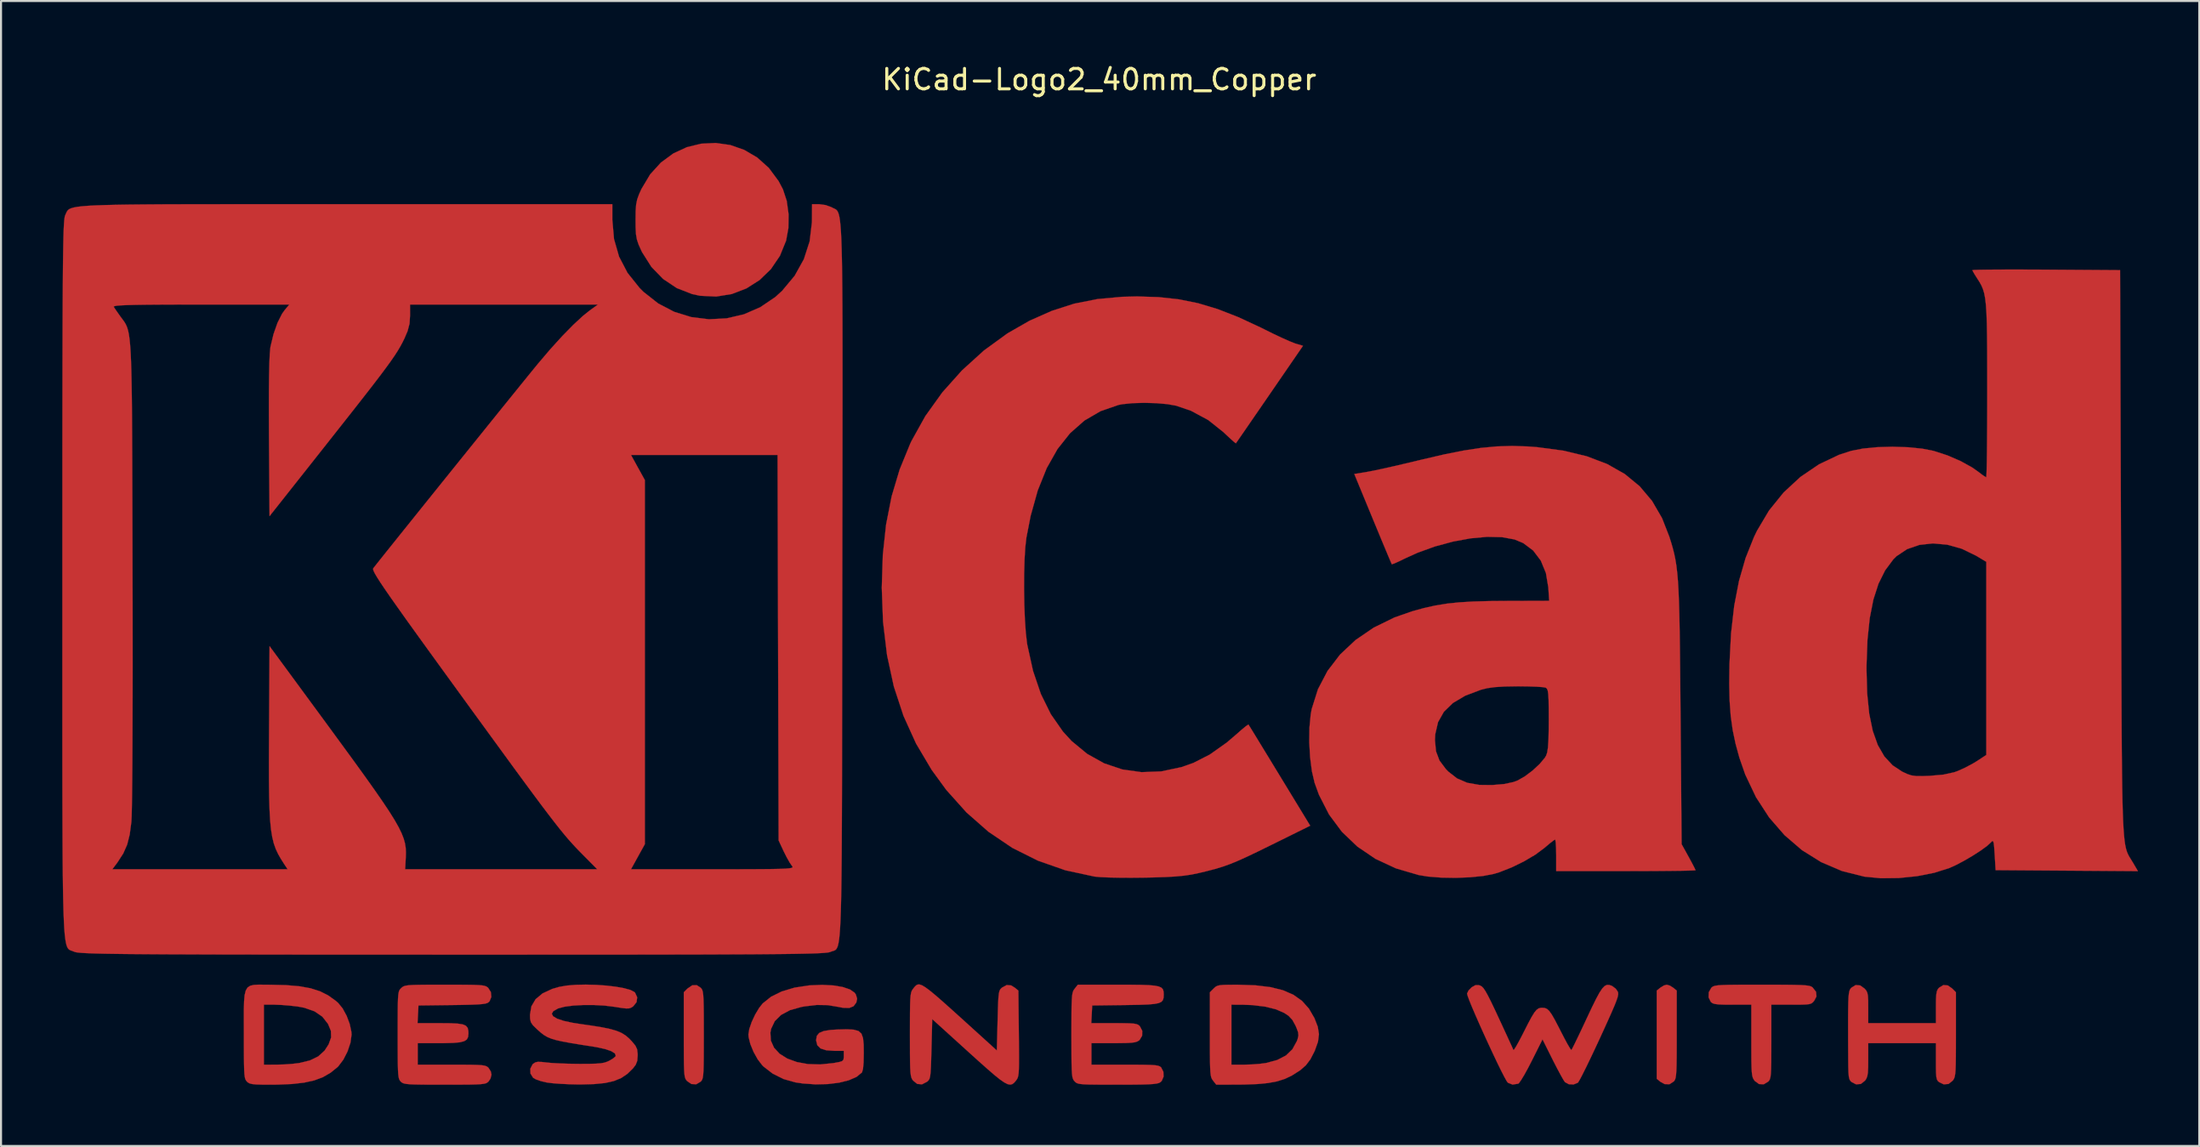
<source format=kicad_pcb>
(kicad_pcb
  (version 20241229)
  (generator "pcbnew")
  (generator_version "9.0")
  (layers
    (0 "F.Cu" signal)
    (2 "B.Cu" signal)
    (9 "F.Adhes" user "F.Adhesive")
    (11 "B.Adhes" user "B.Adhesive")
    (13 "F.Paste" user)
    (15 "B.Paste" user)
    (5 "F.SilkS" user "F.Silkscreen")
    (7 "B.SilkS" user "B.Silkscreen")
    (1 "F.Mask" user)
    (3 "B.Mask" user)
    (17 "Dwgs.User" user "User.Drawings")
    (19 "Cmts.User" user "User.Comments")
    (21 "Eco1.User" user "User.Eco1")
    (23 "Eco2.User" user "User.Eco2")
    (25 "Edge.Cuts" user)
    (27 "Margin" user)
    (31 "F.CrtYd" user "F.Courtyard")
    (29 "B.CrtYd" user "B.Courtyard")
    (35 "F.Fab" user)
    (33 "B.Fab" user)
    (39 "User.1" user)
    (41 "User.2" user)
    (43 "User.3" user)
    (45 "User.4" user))
  (footprint "KiCad-Logo2_40mm_Copper"
    (layer "F.Cu")
    (at 50.806 23.708)
    (property "Reference" "KiCad-Logo2_40mm_Copper" (at 0 -22.86 0) (layer "F.SilkS") (effects (font (size 1 1) (thickness 0.15))))
    (attr exclude_from_pos_files exclude_from_bom allow_missing_courtyard)
    (fp_poly (pts (xy 27.966 21.545) (xy 28.124 21.644) (xy 28.302 21.788) (xy 28.302 23.935) (xy 28.301 24.563) (xy 28.299 25.057) (xy 28.293 25.436) (xy 28.284 25.717) (xy 28.269 25.917) (xy 28.249 26.054) (xy 28.221 26.146) (xy 28.184 26.209) (xy 28.158 26.24) (xy 27.948 26.377) (xy 27.709 26.371) (xy 27.5 26.255) (xy 27.322 26.11) (xy 27.322 21.788) (xy 27.5 21.644) (xy 27.672 21.539) (xy 27.812 21.5) (xy 27.966 21.545)) (stroke (width 0.01) (type solid)) (fill yes) (layer "F.Cu"))
    (fp_poly (pts (xy -19.521 21.65) (xy -19.477 21.701) (xy -19.443 21.766) (xy -19.417 21.863) (xy -19.398 22.01) (xy -19.385 22.225) (xy -19.377 22.523) (xy -19.372 22.924) (xy -19.371 23.444) (xy -19.37 23.949) (xy -19.371 24.576) (xy -19.373 25.069) (xy -19.378 25.447) (xy -19.387 25.726) (xy -19.401 25.924) (xy -19.421 26.059) (xy -19.449 26.148) (xy -19.486 26.209) (xy -19.521 26.248) (xy -19.741 26.379) (xy -19.976 26.368) (xy -20.186 26.224) (xy -20.235 26.168) (xy -20.272 26.103) (xy -20.301 26.012) (xy -20.321 25.875) (xy -20.335 25.675) (xy -20.344 25.395) (xy -20.348 25.016) (xy -20.35 24.521) (xy -20.35 23.96) (xy -20.35 21.87) (xy -20.165 21.685) (xy -19.937 21.529) (xy -19.716 21.523) (xy -19.521 21.65)) (stroke (width 0.01) (type solid)) (fill yes) (layer "F.Cu"))
    (fp_poly (pts (xy -18.076 -19.651) (xy -17.392 -19.413) (xy -16.756 -19.04) (xy -16.187 -18.531) (xy -15.708 -17.886) (xy -15.493 -17.48) (xy -15.306 -16.911) (xy -15.216 -16.254) (xy -15.226 -15.579) (xy -15.337 -14.968) (xy -15.641 -14.22) (xy -16.081 -13.572) (xy -16.635 -13.035) (xy -17.282 -12.624) (xy -17.998 -12.349) (xy -18.761 -12.225) (xy -19.549 -12.263) (xy -19.938 -12.345) (xy -20.695 -12.64) (xy -21.367 -13.089) (xy -21.938 -13.679) (xy -22.393 -14.397) (xy -22.431 -14.475) (xy -22.564 -14.769) (xy -22.647 -15.017) (xy -22.693 -15.278) (xy -22.711 -15.613) (xy -22.714 -15.977) (xy -22.709 -16.415) (xy -22.686 -16.732) (xy -22.634 -16.987) (xy -22.541 -17.243) (xy -22.426 -17.496) (xy -21.998 -18.213) (xy -21.47 -18.793) (xy -20.864 -19.237) (xy -20.201 -19.545) (xy -19.501 -19.716) (xy -18.786 -19.751) (xy -18.076 -19.651)) (stroke (width 0.01) (type solid)) (fill yes) (layer "F.Cu"))
    (fp_poly (pts (xy 33.136 21.5) (xy 33.662 21.503) (xy 34.07 21.508) (xy 34.376 21.517) (xy 34.599 21.53) (xy 34.753 21.549) (xy 34.856 21.574) (xy 34.924 21.607) (xy 34.957 21.631) (xy 35.128 21.849) (xy 35.149 22.074) (xy 35.043 22.279) (xy 34.974 22.361) (xy 34.9 22.417) (xy 34.792 22.452) (xy 34.622 22.47) (xy 34.363 22.478) (xy 33.986 22.479) (xy 33.911 22.479) (xy 32.937 22.479) (xy 32.937 24.288) (xy 32.936 24.858) (xy 32.934 25.297) (xy 32.927 25.624) (xy 32.915 25.857) (xy 32.896 26.017) (xy 32.869 26.123) (xy 32.833 26.194) (xy 32.786 26.248) (xy 32.566 26.38) (xy 32.337 26.37) (xy 32.129 26.219) (xy 32.113 26.2) (xy 32.064 26.129) (xy 32.026 26.046) (xy 31.998 25.931) (xy 31.979 25.764) (xy 31.967 25.524) (xy 31.96 25.192) (xy 31.958 24.747) (xy 31.957 24.24) (xy 31.957 22.479) (xy 31.027 22.479) (xy 30.628 22.477) (xy 30.351 22.466) (xy 30.17 22.444) (xy 30.056 22.407) (xy 29.981 22.351) (xy 29.972 22.342) (xy 29.862 22.12) (xy 29.872 21.869) (xy 29.998 21.65) (xy 30.046 21.608) (xy 30.109 21.574) (xy 30.202 21.548) (xy 30.343 21.529) (xy 30.548 21.516) (xy 30.834 21.507) (xy 31.217 21.502) (xy 31.714 21.5) (xy 32.343 21.5) (xy 32.477 21.5) (xy 33.136 21.5)) (stroke (width 0.01) (type solid)) (fill yes) (layer "F.Cu"))
    (fp_poly (pts (xy 41.587 21.536) (xy 41.797 21.685) (xy 41.982 21.87) (xy 41.982 23.936) (xy 41.981 24.549) (xy 41.979 25.03) (xy 41.973 25.397) (xy 41.964 25.668) (xy 41.948 25.861) (xy 41.926 25.995) (xy 41.896 26.088) (xy 41.856 26.158) (xy 41.825 26.2) (xy 41.62 26.364) (xy 41.385 26.382) (xy 41.169 26.281) (xy 41.098 26.222) (xy 41.051 26.143) (xy 41.022 26.016) (xy 41.007 25.812) (xy 41.002 25.503) (xy 41.002 25.264) (xy 41.002 24.364) (xy 37.685 24.364) (xy 37.685 25.183) (xy 37.682 25.557) (xy 37.668 25.814) (xy 37.639 25.988) (xy 37.589 26.112) (xy 37.529 26.2) (xy 37.323 26.364) (xy 37.09 26.383) (xy 36.866 26.267) (xy 36.805 26.206) (xy 36.762 26.125) (xy 36.734 25.999) (xy 36.717 25.803) (xy 36.708 25.511) (xy 36.704 25.099) (xy 36.704 25.004) (xy 36.7 24.227) (xy 36.699 23.587) (xy 36.699 23.069) (xy 36.703 22.66) (xy 36.709 22.345) (xy 36.72 22.11) (xy 36.736 21.942) (xy 36.758 21.825) (xy 36.785 21.746) (xy 36.819 21.692) (xy 36.856 21.65) (xy 37.069 21.518) (xy 37.291 21.536) (xy 37.5 21.685) (xy 37.585 21.78) (xy 37.639 21.886) (xy 37.669 22.037) (xy 37.683 22.267) (xy 37.685 22.613) (xy 37.685 22.627) (xy 37.685 23.384) (xy 41.002 23.384) (xy 41.002 22.592) (xy 41.005 22.228) (xy 41.019 21.982) (xy 41.048 21.822) (xy 41.097 21.716) (xy 41.153 21.65) (xy 41.365 21.518) (xy 41.587 21.536)) (stroke (width 0.01) (type solid)) (fill yes) (layer "F.Cu"))
    (fp_poly (pts (xy 6.799 21.501) (xy 7.66 21.53) (xy 8.392 21.618) (xy 9.008 21.771) (xy 9.519 21.994) (xy 9.938 22.291) (xy 10.277 22.669) (xy 10.547 23.133) (xy 10.552 23.144) (xy 10.713 23.559) (xy 10.771 23.926) (xy 10.724 24.296) (xy 10.573 24.718) (xy 10.545 24.782) (xy 10.35 25.158) (xy 10.131 25.448) (xy 9.848 25.695) (xy 9.462 25.94) (xy 9.44 25.953) (xy 9.104 26.114) (xy 8.724 26.235) (xy 8.276 26.319) (xy 7.735 26.37) (xy 7.078 26.393) (xy 6.845 26.395) (xy 5.739 26.399) (xy 5.583 26.2) (xy 5.537 26.135) (xy 5.5 26.059) (xy 5.473 25.953) (xy 5.454 25.8) (xy 5.441 25.581) (xy 5.436 25.419) (xy 6.482 25.419) (xy 7.109 25.419) (xy 7.476 25.408) (xy 7.852 25.38) (xy 8.161 25.34) (xy 8.18 25.337) (xy 8.729 25.189) (xy 9.154 24.968) (xy 9.47 24.663) (xy 9.69 24.263) (xy 9.728 24.157) (xy 9.766 23.992) (xy 9.75 23.829) (xy 9.671 23.612) (xy 9.623 23.505) (xy 9.467 23.222) (xy 9.28 23.023) (xy 9.073 22.885) (xy 8.659 22.704) (xy 8.13 22.574) (xy 7.513 22.499) (xy 7.066 22.482) (xy 6.482 22.479) (xy 6.482 25.419) (xy 5.436 25.419) (xy 5.433 25.278) (xy 5.428 24.873) (xy 5.427 24.347) (xy 5.427 23.936) (xy 5.427 21.87) (xy 5.612 21.685) (xy 5.694 21.61) (xy 5.783 21.558) (xy 5.907 21.526) (xy 6.094 21.509) (xy 6.374 21.502) (xy 6.775 21.501) (xy 6.799 21.501)) (stroke (width 0.01) (type solid)) (fill yes) (layer "F.Cu"))
    (fp_poly (pts (xy -40.87 21.5) (xy -40.606 21.502) (xy -39.834 21.521) (xy -39.187 21.576) (xy -38.643 21.674) (xy -38.181 21.821) (xy -37.779 22.022) (xy -37.413 22.284) (xy -37.283 22.397) (xy -37.067 22.663) (xy -36.871 23.024) (xy -36.721 23.424) (xy -36.639 23.807) (xy -36.63 23.949) (xy -36.684 24.342) (xy -36.827 24.771) (xy -37.035 25.177) (xy -37.281 25.501) (xy -37.321 25.54) (xy -37.66 25.814) (xy -38.031 26.029) (xy -38.455 26.188) (xy -38.954 26.299) (xy -39.55 26.367) (xy -40.264 26.396) (xy -40.59 26.399) (xy -41.006 26.397) (xy -41.298 26.388) (xy -41.494 26.37) (xy -41.622 26.338) (xy -41.709 26.29) (xy -41.755 26.248) (xy -41.799 26.197) (xy -41.834 26.132) (xy -41.86 26.035) (xy -41.879 25.888) (xy -41.892 25.674) (xy -41.9 25.375) (xy -41.904 24.974) (xy -41.906 24.454) (xy -41.906 23.949) (xy -41.908 23.275) (xy -41.908 22.737) (xy -41.901 22.479) (xy -40.926 22.479) (xy -40.926 25.419) (xy -40.305 25.418) (xy -39.93 25.408) (xy -39.539 25.38) (xy -39.212 25.341) (xy -39.202 25.34) (xy -38.673 25.212) (xy -38.263 25.013) (xy -37.952 24.73) (xy -37.753 24.423) (xy -37.631 24.083) (xy -37.641 23.764) (xy -37.783 23.422) (xy -38.06 23.067) (xy -38.444 22.805) (xy -38.943 22.63) (xy -39.276 22.568) (xy -39.655 22.524) (xy -40.056 22.492) (xy -40.397 22.479) (xy -40.418 22.479) (xy -40.926 22.479) (xy -41.901 22.479) (xy -41.897 22.319) (xy -41.869 22.007) (xy -41.814 21.785) (xy -41.726 21.638) (xy -41.595 21.551) (xy -41.414 21.509) (xy -41.175 21.497) (xy -40.87 21.5)) (stroke (width 0.01) (type solid)) (fill yes) (layer "F.Cu"))
    (fp_poly (pts (xy -8.68 21.529) (xy -8.523 21.621) (xy -8.317 21.772) (xy -8.052 21.989) (xy -7.718 22.278) (xy -7.303 22.648) (xy -6.797 23.104) (xy -6.218 23.629) (xy -5.012 24.723) (xy -4.974 23.255) (xy -4.961 22.75) (xy -4.948 22.374) (xy -4.932 22.105) (xy -4.911 21.921) (xy -4.882 21.802) (xy -4.842 21.724) (xy -4.788 21.667) (xy -4.759 21.643) (xy -4.528 21.517) (xy -4.309 21.535) (xy -4.135 21.644) (xy -3.957 21.788) (xy -3.935 23.89) (xy -3.929 24.509) (xy -3.926 24.995) (xy -3.927 25.366) (xy -3.933 25.641) (xy -3.945 25.838) (xy -3.965 25.974) (xy -3.993 26.069) (xy -4.031 26.139) (xy -4.072 26.196) (xy -4.162 26.301) (xy -4.252 26.371) (xy -4.354 26.397) (xy -4.48 26.374) (xy -4.643 26.292) (xy -4.856 26.145) (xy -5.13 25.925) (xy -5.478 25.625) (xy -5.914 25.237) (xy -6.407 24.791) (xy -8.178 23.185) (xy -8.215 24.648) (xy -8.229 25.152) (xy -8.242 25.527) (xy -8.258 25.796) (xy -8.279 25.978) (xy -8.308 26.097) (xy -8.349 26.175) (xy -8.403 26.232) (xy -8.431 26.255) (xy -8.678 26.382) (xy -8.911 26.363) (xy -9.114 26.2) (xy -9.161 26.135) (xy -9.197 26.058) (xy -9.224 25.952) (xy -9.244 25.799) (xy -9.257 25.579) (xy -9.265 25.275) (xy -9.269 24.868) (xy -9.27 24.34) (xy -9.271 23.949) (xy -9.27 23.338) (xy -9.268 22.859) (xy -9.262 22.494) (xy -9.253 22.225) (xy -9.237 22.033) (xy -9.215 21.9) (xy -9.184 21.808) (xy -9.144 21.738) (xy -9.114 21.698) (xy -9.039 21.604) (xy -8.969 21.533) (xy -8.892 21.492) (xy -8.8 21.488) (xy -8.68 21.529)) (stroke (width 0.01) (type solid)) (fill yes) (layer "F.Cu"))
    (fp_poly (pts (xy -13.02 21.536) (xy -12.562 21.613) (xy -12.211 21.733) (xy -11.982 21.89) (xy -11.92 21.979) (xy -11.857 22.188) (xy -11.899 22.376) (xy -12.034 22.555) (xy -12.243 22.639) (xy -12.546 22.632) (xy -12.781 22.587) (xy -13.302 22.5) (xy -13.835 22.492) (xy -14.432 22.562) (xy -14.596 22.592) (xy -15.151 22.748) (xy -15.585 22.981) (xy -15.893 23.286) (xy -16.071 23.659) (xy -16.108 23.852) (xy -16.084 24.243) (xy -15.928 24.59) (xy -15.655 24.884) (xy -15.279 25.12) (xy -14.814 25.29) (xy -14.273 25.389) (xy -13.673 25.408) (xy -13.025 25.342) (xy -12.989 25.336) (xy -12.731 25.288) (xy -12.589 25.241) (xy -12.527 25.173) (xy -12.512 25.058) (xy -12.512 24.997) (xy -12.512 24.741) (xy -12.969 24.741) (xy -13.372 24.713) (xy -13.648 24.625) (xy -13.808 24.468) (xy -13.866 24.236) (xy -13.867 24.206) (xy -13.833 24.007) (xy -13.717 23.865) (xy -13.5 23.772) (xy -13.164 23.717) (xy -12.84 23.697) (xy -12.368 23.685) (xy -12.026 23.703) (xy -11.792 23.768) (xy -11.647 23.898) (xy -11.569 24.113) (xy -11.537 24.429) (xy -11.532 24.845) (xy -11.541 25.308) (xy -11.569 25.624) (xy -11.617 25.792) (xy -11.626 25.805) (xy -11.886 26.016) (xy -12.267 26.183) (xy -12.745 26.302) (xy -13.295 26.37) (xy -13.895 26.384) (xy -14.519 26.34) (xy -14.886 26.286) (xy -15.461 26.123) (xy -15.996 25.857) (xy -16.444 25.511) (xy -16.512 25.442) (xy -16.733 25.151) (xy -16.933 24.791) (xy -17.088 24.414) (xy -17.174 24.071) (xy -17.185 23.94) (xy -17.14 23.665) (xy -17.022 23.323) (xy -16.854 22.964) (xy -16.657 22.635) (xy -16.483 22.416) (xy -16.076 22.09) (xy -15.549 21.83) (xy -14.923 21.643) (xy -14.215 21.534) (xy -13.567 21.507) (xy -13.02 21.536)) (stroke (width 0.01) (type solid)) (fill yes) (layer "F.Cu"))
    (fp_poly (pts (xy 1.538 21.501) (xy 2.048 21.507) (xy 2.438 21.521) (xy 2.726 21.547) (xy 2.926 21.588) (xy 3.054 21.647) (xy 3.126 21.727) (xy 3.158 21.833) (xy 3.166 21.966) (xy 3.166 21.982) (xy 3.159 22.133) (xy 3.127 22.25) (xy 3.053 22.338) (xy 2.92 22.4) (xy 2.71 22.442) (xy 2.405 22.469) (xy 1.989 22.485) (xy 1.444 22.494) (xy 1.277 22.497) (xy -0.339 22.517) (xy -0.362 22.95) (xy -0.384 23.384) (xy 0.738 23.384) (xy 1.177 23.385) (xy 1.49 23.392) (xy 1.703 23.407) (xy 1.841 23.434) (xy 1.93 23.474) (xy 1.995 23.532) (xy 1.995 23.532) (xy 2.112 23.757) (xy 2.108 23.999) (xy 1.985 24.206) (xy 1.961 24.227) (xy 1.874 24.282) (xy 1.756 24.32) (xy 1.579 24.344) (xy 1.318 24.358) (xy 0.946 24.363) (xy 0.708 24.364) (xy -0.377 24.364) (xy -0.377 25.419) (xy 1.27 25.419) (xy 1.813 25.42) (xy 2.226 25.424) (xy 2.528 25.432) (xy 2.739 25.446) (xy 2.879 25.468) (xy 2.968 25.5) (xy 3.026 25.541) (xy 3.041 25.557) (xy 3.149 25.767) (xy 3.157 26.007) (xy 3.068 26.215) (xy 2.998 26.281) (xy 2.925 26.318) (xy 2.812 26.346) (xy 2.641 26.368) (xy 2.395 26.382) (xy 2.055 26.392) (xy 1.603 26.397) (xy 1.022 26.399) (xy 0.891 26.399) (xy 0.3 26.398) (xy -0.159 26.396) (xy -0.504 26.391) (xy -0.753 26.381) (xy -0.927 26.365) (xy -1.042 26.341) (xy -1.118 26.308) (xy -1.173 26.265) (xy -1.203 26.234) (xy -1.248 26.179) (xy -1.284 26.11) (xy -1.311 26.011) (xy -1.33 25.863) (xy -1.343 25.648) (xy -1.351 25.348) (xy -1.355 24.946) (xy -1.356 24.423) (xy -1.357 23.983) (xy -1.356 23.366) (xy -1.354 22.882) (xy -1.349 22.512) (xy -1.339 22.239) (xy -1.324 22.043) (xy -1.302 21.907) (xy -1.273 21.813) (xy -1.234 21.743) (xy -1.2 21.698) (xy -1.044 21.5) (xy 0.893 21.5) (xy 1.538 21.501)) (stroke (width 0.01) (type solid)) (fill yes) (layer "F.Cu"))
    (fp_poly (pts (xy -31.465 21.5) (xy -31.002 21.503) (xy -30.652 21.508) (xy -30.397 21.519) (xy -30.219 21.535) (xy -30.099 21.559) (xy -30.018 21.591) (xy -29.958 21.634) (xy -29.936 21.653) (xy -29.804 21.861) (xy -29.781 22.099) (xy -29.868 22.31) (xy -29.908 22.353) (xy -29.973 22.395) (xy -30.077 22.427) (xy -30.241 22.451) (xy -30.483 22.468) (xy -30.823 22.481) (xy -31.28 22.491) (xy -31.698 22.497) (xy -33.352 22.517) (xy -33.374 22.95) (xy -33.397 23.384) (xy -32.274 23.384) (xy -31.787 23.388) (xy -31.43 23.406) (xy -31.184 23.444) (xy -31.028 23.511) (xy -30.942 23.613) (xy -30.907 23.759) (xy -30.902 23.894) (xy -30.919 24.06) (xy -30.981 24.182) (xy -31.109 24.267) (xy -31.321 24.322) (xy -31.636 24.351) (xy -32.074 24.363) (xy -32.313 24.364) (xy -33.389 24.364) (xy -33.389 25.419) (xy -31.731 25.419) (xy -31.188 25.42) (xy -30.775 25.423) (xy -30.472 25.431) (xy -30.259 25.444) (xy -30.115 25.466) (xy -30.021 25.497) (xy -29.955 25.539) (xy -29.922 25.57) (xy -29.808 25.749) (xy -29.772 25.909) (xy -29.824 26.104) (xy -29.922 26.248) (xy -29.975 26.293) (xy -30.042 26.329) (xy -30.144 26.355) (xy -30.296 26.374) (xy -30.519 26.386) (xy -30.83 26.394) (xy -31.247 26.397) (xy -31.789 26.399) (xy -32.07 26.399) (xy -32.672 26.398) (xy -33.142 26.396) (xy -33.497 26.39) (xy -33.756 26.38) (xy -33.938 26.364) (xy -34.059 26.341) (xy -34.139 26.31) (xy -34.196 26.269) (xy -34.218 26.248) (xy -34.262 26.197) (xy -34.297 26.132) (xy -34.323 26.034) (xy -34.342 25.887) (xy -34.355 25.672) (xy -34.363 25.372) (xy -34.367 24.97) (xy -34.369 24.448) (xy -34.369 23.962) (xy -34.369 23.34) (xy -34.367 22.851) (xy -34.363 22.477) (xy -34.355 22.201) (xy -34.341 22.006) (xy -34.321 21.873) (xy -34.293 21.785) (xy -34.255 21.725) (xy -34.207 21.675) (xy -34.195 21.663) (xy -34.137 21.614) (xy -34.07 21.575) (xy -33.974 21.547) (xy -33.833 21.526) (xy -33.626 21.513) (xy -33.335 21.505) (xy -32.941 21.501) (xy -32.426 21.5) (xy -32.061 21.5) (xy -31.465 21.5)) (stroke (width 0.01) (type solid)) (fill yes) (layer "F.Cu"))
    (fp_poly (pts (xy 25.001 21.513) (xy 25.132 21.559) (xy 25.137 21.562) (xy 25.315 21.697) (xy 25.413 21.837) (xy 25.432 21.902) (xy 25.431 21.989) (xy 25.404 22.113) (xy 25.345 22.289) (xy 25.249 22.532) (xy 25.108 22.859) (xy 24.918 23.284) (xy 24.673 23.823) (xy 24.538 24.118) (xy 24.293 24.644) (xy 24.064 25.127) (xy 23.859 25.551) (xy 23.686 25.897) (xy 23.554 26.148) (xy 23.472 26.285) (xy 23.456 26.304) (xy 23.249 26.388) (xy 23.015 26.377) (xy 22.827 26.275) (xy 22.82 26.267) (xy 22.745 26.154) (xy 22.62 25.933) (xy 22.459 25.634) (xy 22.279 25.285) (xy 22.214 25.156) (xy 21.726 24.177) (xy 21.193 25.241) (xy 21.003 25.608) (xy 20.827 25.927) (xy 20.678 26.172) (xy 20.573 26.32) (xy 20.537 26.351) (xy 20.258 26.394) (xy 20.029 26.304) (xy 19.961 26.209) (xy 19.844 25.997) (xy 19.687 25.689) (xy 19.5 25.307) (xy 19.293 24.87) (xy 19.074 24.4) (xy 18.853 23.918) (xy 18.64 23.444) (xy 18.445 23) (xy 18.276 22.606) (xy 18.144 22.283) (xy 18.059 22.053) (xy 18.028 21.935) (xy 18.029 21.931) (xy 18.102 21.782) (xy 18.25 21.631) (xy 18.258 21.624) (xy 18.44 21.522) (xy 18.607 21.523) (xy 18.67 21.542) (xy 18.747 21.584) (xy 18.828 21.666) (xy 18.924 21.806) (xy 19.044 22.02) (xy 19.198 22.325) (xy 19.396 22.739) (xy 19.574 23.121) (xy 19.779 23.564) (xy 19.963 23.962) (xy 20.116 24.295) (xy 20.229 24.541) (xy 20.291 24.681) (xy 20.3 24.703) (xy 20.341 24.667) (xy 20.436 24.518) (xy 20.571 24.276) (xy 20.734 23.965) (xy 20.799 23.836) (xy 21.019 23.402) (xy 21.189 23.086) (xy 21.322 22.869) (xy 21.433 22.734) (xy 21.535 22.661) (xy 21.643 22.633) (xy 21.713 22.63) (xy 21.837 22.641) (xy 21.945 22.686) (xy 22.053 22.785) (xy 22.175 22.955) (xy 22.325 23.215) (xy 22.518 23.585) (xy 22.625 23.795) (xy 22.798 24.13) (xy 22.948 24.408) (xy 23.064 24.605) (xy 23.131 24.698) (xy 23.14 24.702) (xy 23.183 24.629) (xy 23.279 24.439) (xy 23.419 24.151) (xy 23.594 23.787) (xy 23.792 23.365) (xy 23.89 23.155) (xy 24.144 22.615) (xy 24.349 22.199) (xy 24.515 21.893) (xy 24.652 21.686) (xy 24.772 21.562) (xy 24.885 21.509) (xy 25.001 21.513)) (stroke (width 0.01) (type solid)) (fill yes) (layer "F.Cu"))
    (fp_poly (pts (xy -24.648 21.508) (xy -24.148 21.543) (xy -23.684 21.598) (xy -23.281 21.67) (xy -22.967 21.757) (xy -22.77 21.858) (xy -22.739 21.888) (xy -22.634 22.119) (xy -22.666 22.356) (xy -22.83 22.559) (xy -22.837 22.565) (xy -22.934 22.627) (xy -23.034 22.66) (xy -23.174 22.664) (xy -23.39 22.64) (xy -23.716 22.588) (xy -23.742 22.584) (xy -24.227 22.524) (xy -24.751 22.495) (xy -25.277 22.495) (xy -25.767 22.522) (xy -26.186 22.577) (xy -26.495 22.658) (xy -26.515 22.666) (xy -26.74 22.792) (xy -26.819 22.919) (xy -26.757 23.044) (xy -26.56 23.164) (xy -26.232 23.274) (xy -25.778 23.371) (xy -25.475 23.418) (xy -24.847 23.508) (xy -24.346 23.59) (xy -23.954 23.672) (xy -23.647 23.76) (xy -23.405 23.862) (xy -23.207 23.985) (xy -23.03 24.135) (xy -22.889 24.283) (xy -22.721 24.489) (xy -22.638 24.666) (xy -22.612 24.884) (xy -22.611 24.964) (xy -22.631 25.229) (xy -22.708 25.427) (xy -22.843 25.602) (xy -23.116 25.869) (xy -23.42 26.074) (xy -23.779 26.221) (xy -24.214 26.318) (xy -24.748 26.371) (xy -25.405 26.388) (xy -25.513 26.388) (xy -25.951 26.378) (xy -26.385 26.358) (xy -26.768 26.329) (xy -27.053 26.294) (xy -27.076 26.29) (xy -27.359 26.223) (xy -27.599 26.138) (xy -27.735 26.06) (xy -27.862 25.856) (xy -27.871 25.618) (xy -27.762 25.406) (xy -27.737 25.382) (xy -27.636 25.311) (xy -27.51 25.28) (xy -27.315 25.285) (xy -27.078 25.312) (xy -26.813 25.337) (xy -26.441 25.357) (xy -26.008 25.372) (xy -25.556 25.379) (xy -25.438 25.38) (xy -24.985 25.378) (xy -24.653 25.369) (xy -24.414 25.35) (xy -24.237 25.318) (xy -24.095 25.27) (xy -24.01 25.23) (xy -23.822 25.119) (xy -23.702 25.019) (xy -23.685 24.99) (xy -23.722 24.873) (xy -23.897 24.759) (xy -24.199 24.654) (xy -24.615 24.563) (xy -24.738 24.542) (xy -25.378 24.442) (xy -25.889 24.358) (xy -26.291 24.284) (xy -26.602 24.215) (xy -26.844 24.143) (xy -27.035 24.064) (xy -27.196 23.971) (xy -27.345 23.858) (xy -27.503 23.718) (xy -27.557 23.669) (xy -27.743 23.487) (xy -27.842 23.342) (xy -27.881 23.176) (xy -27.887 22.968) (xy -27.818 22.559) (xy -27.613 22.211) (xy -27.271 21.926) (xy -26.795 21.705) (xy -26.455 21.606) (xy -26.086 21.542) (xy -25.644 21.505) (xy -25.155 21.495) (xy -24.648 21.508)) (stroke (width 0.01) (type solid)) (fill yes) (layer "F.Cu"))
    (fp_poly (pts (xy 2.917 -12.197) (xy 3.899 -12.09) (xy 4.85 -11.898) (xy 5.809 -11.61) (xy 6.815 -11.218) (xy 7.907 -10.711) (xy 8.103 -10.613) (xy 8.554 -10.39) (xy 8.98 -10.19) (xy 9.338 -10.031) (xy 9.586 -9.933) (xy 9.624 -9.92) (xy 9.989 -9.811) (xy 8.354 -7.432) (xy 7.954 -6.85) (xy 7.588 -6.319) (xy 7.27 -5.856) (xy 7.01 -5.479) (xy 6.822 -5.207) (xy 6.718 -5.057) (xy 6.701 -5.033) (xy 6.632 -5.083) (xy 6.463 -5.232) (xy 6.223 -5.454) (xy 6.091 -5.58) (xy 5.343 -6.175) (xy 4.502 -6.627) (xy 3.778 -6.875) (xy 3.343 -6.953) (xy 2.799 -7) (xy 2.209 -7.016) (xy 1.638 -7) (xy 1.148 -6.951) (xy 0.953 -6.914) (xy 0.074 -6.611) (xy -0.719 -6.149) (xy -1.424 -5.528) (xy -2.041 -4.75) (xy -2.569 -3.815) (xy -3.008 -2.723) (xy -3.356 -1.477) (xy -3.564 -0.41) (xy -3.618 0.061) (xy -3.655 0.67) (xy -3.675 1.372) (xy -3.678 2.125) (xy -3.666 2.883) (xy -3.637 3.605) (xy -3.593 4.245) (xy -3.534 4.76) (xy -3.521 4.839) (xy -3.239 6.12) (xy -2.855 7.253) (xy -2.366 8.244) (xy -1.771 9.098) (xy -1.348 9.559) (xy -0.588 10.186) (xy 0.245 10.651) (xy 1.138 10.951) (xy 2.076 11.083) (xy 3.045 11.046) (xy 4.031 10.837) (xy 4.614 10.632) (xy 5.422 10.221) (xy 6.253 9.633) (xy 6.719 9.235) (xy 6.981 9.004) (xy 7.187 8.835) (xy 7.304 8.754) (xy 7.318 8.751) (xy 7.37 8.835) (xy 7.506 9.054) (xy 7.713 9.392) (xy 7.979 9.829) (xy 8.295 10.346) (xy 8.647 10.924) (xy 8.843 11.246) (xy 10.342 13.707) (xy 8.471 14.632) (xy 7.795 14.964) (xy 7.247 15.226) (xy 6.794 15.43) (xy 6.402 15.591) (xy 6.039 15.72) (xy 5.67 15.831) (xy 5.262 15.937) (xy 4.871 16.03) (xy 4.523 16.102) (xy 4.159 16.156) (xy 3.744 16.196) (xy 3.239 16.224) (xy 2.609 16.244) (xy 2.185 16.252) (xy 1.579 16.258) (xy 0.999 16.255) (xy 0.481 16.245) (xy 0.066 16.227) (xy -0.209 16.202) (xy -0.226 16.2) (xy -1.656 15.891) (xy -2.999 15.421) (xy -4.254 14.793) (xy -5.421 14.005) (xy -6.499 13.058) (xy -7.489 11.953) (xy -8.206 10.97) (xy -8.969 9.684) (xy -9.585 8.326) (xy -10.059 6.885) (xy -10.392 5.35) (xy -10.588 3.711) (xy -10.65 2.046) (xy -10.599 0.435) (xy -10.439 -1.051) (xy -10.166 -2.437) (xy -9.774 -3.749) (xy -9.257 -5.012) (xy -9.196 -5.142) (xy -8.516 -6.365) (xy -7.682 -7.529) (xy -6.716 -8.609) (xy -5.643 -9.582) (xy -4.485 -10.424) (xy -3.407 -11.041) (xy -2.317 -11.524) (xy -1.225 -11.875) (xy -0.089 -12.101) (xy 1.135 -12.213) (xy 1.866 -12.23) (xy 2.917 -12.197)) (stroke (width 0.01) (type solid)) (fill yes) (layer "F.Cu"))
    (fp_poly (pts (xy 45.37 -13.548) (xy 46.144 -13.545) (xy 46.407 -13.543) (xy 50.026 -13.519) (xy 50.072 0.364) (xy 50.078 2.247) (xy 50.083 3.956) (xy 50.088 5.501) (xy 50.093 6.891) (xy 50.098 8.133) (xy 50.104 9.238) (xy 50.111 10.214) (xy 50.12 11.07) (xy 50.13 11.814) (xy 50.142 12.456) (xy 50.157 13.005) (xy 50.174 13.468) (xy 50.195 13.855) (xy 50.219 14.176) (xy 50.246 14.438) (xy 50.278 14.651) (xy 50.314 14.823) (xy 50.355 14.963) (xy 50.401 15.08) (xy 50.453 15.184) (xy 50.511 15.282) (xy 50.574 15.384) (xy 50.644 15.498) (xy 50.659 15.522) (xy 50.9 15.934) (xy 43.927 15.886) (xy 43.881 15.12) (xy 43.856 14.753) (xy 43.83 14.54) (xy 43.795 14.456) (xy 43.743 14.473) (xy 43.699 14.522) (xy 43.507 14.699) (xy 43.195 14.926) (xy 42.806 15.177) (xy 42.384 15.424) (xy 41.974 15.64) (xy 41.659 15.782) (xy 40.921 16.015) (xy 40.074 16.181) (xy 39.181 16.272) (xy 38.304 16.282) (xy 37.506 16.205) (xy 37.493 16.203) (xy 36.401 15.929) (xy 35.379 15.492) (xy 34.436 14.903) (xy 33.583 14.169) (xy 32.829 13.301) (xy 32.185 12.308) (xy 31.659 11.2) (xy 31.373 10.378) (xy 31.185 9.691) (xy 31.045 9.026) (xy 30.949 8.342) (xy 30.894 7.599) (xy 30.875 6.757) (xy 30.883 6.069) (xy 37.601 6.069) (xy 37.633 7.222) (xy 37.733 8.215) (xy 37.905 9.055) (xy 38.152 9.752) (xy 38.476 10.314) (xy 38.881 10.75) (xy 39.348 11.058) (xy 39.592 11.173) (xy 39.803 11.242) (xy 40.038 11.274) (xy 40.354 11.276) (xy 40.695 11.264) (xy 41.364 11.205) (xy 41.894 11.089) (xy 42.06 11.031) (xy 42.44 10.86) (xy 42.841 10.645) (xy 43.016 10.538) (xy 43.471 10.239) (xy 43.471 0.776) (xy 42.971 0.476) (xy 42.272 0.136) (xy 41.559 -0.064) (xy 40.856 -0.127) (xy 40.191 -0.054) (xy 39.589 0.154) (xy 39.075 0.496) (xy 38.91 0.66) (xy 38.511 1.197) (xy 38.188 1.848) (xy 37.938 2.623) (xy 37.759 3.534) (xy 37.648 4.591) (xy 37.603 5.807) (xy 37.601 6.069) (xy 30.883 6.069) (xy 30.887 5.783) (xy 30.964 4.284) (xy 31.118 2.932) (xy 31.354 1.708) (xy 31.676 0.59) (xy 32.087 -0.439) (xy 32.234 -0.744) (xy 32.825 -1.739) (xy 33.54 -2.623) (xy 34.361 -3.383) (xy 35.272 -4.002) (xy 36.255 -4.469) (xy 36.845 -4.661) (xy 37.424 -4.775) (xy 38.121 -4.843) (xy 38.877 -4.865) (xy 39.634 -4.84) (xy 40.333 -4.77) (xy 40.895 -4.659) (xy 41.563 -4.442) (xy 42.211 -4.162) (xy 42.777 -3.849) (xy 43.079 -3.636) (xy 43.287 -3.478) (xy 43.433 -3.382) (xy 43.466 -3.368) (xy 43.476 -3.457) (xy 43.486 -3.709) (xy 43.495 -4.108) (xy 43.502 -4.635) (xy 43.508 -5.273) (xy 43.513 -6.005) (xy 43.516 -6.811) (xy 43.517 -7.633) (xy 43.516 -8.685) (xy 43.514 -9.572) (xy 43.507 -10.311) (xy 43.496 -10.919) (xy 43.478 -11.413) (xy 43.452 -11.809) (xy 43.416 -12.125) (xy 43.369 -12.378) (xy 43.308 -12.584) (xy 43.234 -12.762) (xy 43.144 -12.926) (xy 43.036 -13.096) (xy 43.022 -13.117) (xy 42.884 -13.336) (xy 42.8 -13.487) (xy 42.789 -13.518) (xy 42.876 -13.528) (xy 43.127 -13.537) (xy 43.521 -13.543) (xy 44.039 -13.547) (xy 44.662 -13.549) (xy 45.37 -13.548)) (stroke (width 0.01) (type solid)) (fill yes) (layer "F.Cu"))
    (fp_poly (pts (xy 21.003 -4.879) (xy 21.454 -4.845) (xy 22.745 -4.673) (xy 23.888 -4.399) (xy 24.889 -4.019) (xy 25.753 -3.53) (xy 26.486 -2.927) (xy 27.094 -2.207) (xy 27.583 -1.365) (xy 27.939 -0.455) (xy 28.03 -0.165) (xy 28.109 0.107) (xy 28.177 0.375) (xy 28.235 0.654) (xy 28.284 0.958) (xy 28.325 1.303) (xy 28.36 1.702) (xy 28.388 2.171) (xy 28.411 2.723) (xy 28.43 3.374) (xy 28.445 4.139) (xy 28.458 5.031) (xy 28.469 6.066) (xy 28.48 7.259) (xy 28.488 8.194) (xy 28.541 14.612) (xy 28.882 15.229) (xy 29.044 15.527) (xy 29.164 15.758) (xy 29.222 15.881) (xy 29.224 15.89) (xy 29.136 15.899) (xy 28.886 15.908) (xy 28.494 15.916) (xy 27.979 15.922) (xy 27.362 15.927) (xy 26.663 15.931) (xy 25.901 15.932) (xy 25.81 15.932) (xy 22.396 15.932) (xy 22.396 15.158) (xy 22.39 14.808) (xy 22.374 14.541) (xy 22.352 14.398) (xy 22.342 14.384) (xy 22.252 14.44) (xy 22.066 14.586) (xy 21.824 14.791) (xy 21.819 14.795) (xy 21.378 15.124) (xy 20.82 15.454) (xy 20.21 15.752) (xy 19.61 15.988) (xy 19.346 16.068) (xy 18.82 16.17) (xy 18.175 16.235) (xy 17.469 16.263) (xy 16.762 16.251) (xy 16.113 16.2) (xy 15.659 16.126) (xy 14.545 15.799) (xy 13.542 15.333) (xy 12.657 14.733) (xy 11.896 14.006) (xy 11.265 13.158) (xy 10.772 12.193) (xy 10.559 11.608) (xy 10.426 11.039) (xy 10.338 10.356) (xy 10.297 9.622) (xy 10.298 9.515) (xy 16.455 9.515) (xy 16.506 10.06) (xy 16.676 10.513) (xy 16.991 10.934) (xy 17.111 11.057) (xy 17.54 11.391) (xy 18.036 11.604) (xy 18.63 11.708) (xy 19.256 11.715) (xy 19.849 11.665) (xy 20.304 11.567) (xy 20.501 11.493) (xy 20.857 11.292) (xy 21.233 11.009) (xy 21.577 10.691) (xy 21.834 10.386) (xy 21.902 10.274) (xy 21.955 10.117) (xy 21.993 9.868) (xy 22.017 9.502) (xy 22.029 8.996) (xy 22.032 8.514) (xy 22.03 7.952) (xy 22.023 7.546) (xy 22.008 7.269) (xy 21.983 7.094) (xy 21.944 6.996) (xy 21.889 6.947) (xy 21.872 6.939) (xy 21.725 6.915) (xy 21.435 6.895) (xy 21.042 6.882) (xy 20.583 6.876) (xy 20.484 6.876) (xy 19.871 6.886) (xy 19.398 6.915) (xy 19.022 6.967) (xy 18.711 7.044) (xy 17.941 7.335) (xy 17.337 7.693) (xy 16.893 8.124) (xy 16.606 8.633) (xy 16.469 9.227) (xy 16.455 9.515) (xy 10.298 9.515) (xy 10.306 8.899) (xy 10.368 8.252) (xy 10.416 7.991) (xy 10.722 7.02) (xy 11.189 6.127) (xy 11.806 5.32) (xy 12.565 4.607) (xy 13.458 3.998) (xy 14.475 3.501) (xy 15.34 3.199) (xy 15.918 3.04) (xy 16.471 2.917) (xy 17.034 2.825) (xy 17.644 2.761) (xy 18.337 2.72) (xy 19.147 2.698) (xy 19.88 2.692) (xy 22.052 2.686) (xy 22.01 2.033) (xy 21.892 1.324) (xy 21.641 0.715) (xy 21.267 0.221) (xy 20.781 -0.143) (xy 20.354 -0.321) (xy 19.741 -0.433) (xy 19.011 -0.449) (xy 18.199 -0.375) (xy 17.339 -0.217) (xy 16.465 0.019) (xy 15.61 0.327) (xy 14.989 0.609) (xy 14.691 0.754) (xy 14.463 0.855) (xy 14.347 0.895) (xy 14.341 0.893) (xy 14.301 0.805) (xy 14.201 0.571) (xy 14.051 0.213) (xy 13.859 -0.246) (xy 13.636 -0.784) (xy 13.409 -1.332) (xy 12.503 -3.529) (xy 13.148 -3.635) (xy 13.427 -3.688) (xy 13.847 -3.777) (xy 14.372 -3.894) (xy 14.965 -4.032) (xy 15.592 -4.181) (xy 15.841 -4.241) (xy 16.919 -4.491) (xy 17.864 -4.679) (xy 18.709 -4.808) (xy 19.491 -4.881) (xy 20.243 -4.904) (xy 21.003 -4.879)) (stroke (width 0.01) (type solid)) (fill yes) (layer "F.Cu"))
    (fp_poly (pts (xy -39.491 -16.752) (xy -37.737 -16.751) (xy -36.921 -16.751) (xy -23.852 -16.751) (xy -23.852 -15.981) (xy -23.77 -15.043) (xy -23.522 -14.179) (xy -23.106 -13.382) (xy -22.519 -12.648) (xy -22.32 -12.449) (xy -21.606 -11.887) (xy -20.819 -11.476) (xy -19.982 -11.218) (xy -19.118 -11.112) (xy -18.251 -11.157) (xy -17.405 -11.354) (xy -16.602 -11.703) (xy -15.866 -12.202) (xy -15.535 -12.503) (xy -14.919 -13.242) (xy -14.468 -14.054) (xy -14.184 -14.931) (xy -14.073 -15.863) (xy -14.071 -15.955) (xy -14.066 -16.751) (xy -13.715 -16.751) (xy -13.405 -16.709) (xy -13.121 -16.607) (xy -13.102 -16.596) (xy -13.038 -16.563) (xy -12.98 -16.537) (xy -12.926 -16.511) (xy -12.877 -16.477) (xy -12.832 -16.428) (xy -12.792 -16.356) (xy -12.756 -16.254) (xy -12.724 -16.114) (xy -12.696 -15.928) (xy -12.672 -15.689) (xy -12.65 -15.39) (xy -12.632 -15.023) (xy -12.617 -14.58) (xy -12.604 -14.054) (xy -12.594 -13.438) (xy -12.586 -12.723) (xy -12.58 -11.902) (xy -12.576 -10.968) (xy -12.574 -9.913) (xy -12.573 -8.73) (xy -12.573 -7.411) (xy -12.575 -5.948) (xy -12.577 -4.335) (xy -12.579 -2.562) (xy -12.582 -0.624) (xy -12.585 1.488) (xy -12.585 1.745) (xy -12.588 3.871) (xy -12.59 5.822) (xy -12.592 7.606) (xy -12.595 9.23) (xy -12.597 10.703) (xy -12.6 12.031) (xy -12.604 13.223) (xy -12.609 14.285) (xy -12.615 15.225) (xy -12.623 16.051) (xy -12.632 16.77) (xy -12.644 17.391) (xy -12.658 17.919) (xy -12.674 18.364) (xy -12.693 18.732) (xy -12.715 19.031) (xy -12.74 19.268) (xy -12.769 19.452) (xy -12.801 19.589) (xy -12.838 19.688) (xy -12.878 19.755) (xy -12.923 19.798) (xy -12.973 19.825) (xy -13.027 19.844) (xy -13.087 19.861) (xy -13.152 19.885) (xy -13.168 19.892) (xy -13.218 19.908) (xy -13.302 19.923) (xy -13.426 19.937) (xy -13.599 19.949) (xy -13.828 19.961) (xy -14.12 19.971) (xy -14.481 19.98) (xy -14.921 19.988) (xy -15.445 19.995) (xy -16.061 20.001) (xy -16.777 20.007) (xy -17.599 20.011) (xy -18.536 20.015) (xy -19.594 20.019) (xy -20.78 20.021) (xy -22.103 20.023) (xy -23.569 20.025) (xy -25.185 20.026) (xy -26.96 20.026) (xy -28.899 20.027) (xy -31.011 20.027) (xy -31.695 20.027) (xy -33.854 20.026) (xy -35.839 20.026) (xy -37.656 20.025) (xy -39.313 20.024) (xy -40.818 20.022) (xy -42.177 20.02) (xy -43.399 20.018) (xy -44.491 20.014) (xy -45.459 20.011) (xy -46.312 20.006) (xy -47.057 20.001) (xy -47.701 19.995) (xy -48.252 19.988) (xy -48.717 19.981) (xy -49.103 19.972) (xy -49.419 19.962) (xy -49.67 19.951) (xy -49.865 19.94) (xy -50.011 19.926) (xy -50.116 19.912) (xy -50.186 19.896) (xy -50.225 19.882) (xy -50.293 19.853) (xy -50.355 19.832) (xy -50.413 19.811) (xy -50.465 19.782) (xy -50.512 19.738) (xy -50.555 19.672) (xy -50.593 19.576) (xy -50.627 19.442) (xy -50.657 19.262) (xy -50.684 19.031) (xy -50.707 18.739) (xy -50.726 18.379) (xy -50.743 17.944) (xy -50.757 17.426) (xy -50.769 16.818) (xy -50.778 16.112) (xy -50.781 15.841) (xy -48.351 15.841) (xy -39.763 15.841) (xy -39.929 15.591) (xy -40.093 15.333) (xy -40.232 15.088) (xy -40.348 14.838) (xy -40.443 14.567) (xy -40.518 14.255) (xy -40.577 13.888) (xy -40.62 13.447) (xy -40.649 12.916) (xy -40.668 12.277) (xy -40.677 11.513) (xy -40.679 10.607) (xy -40.675 9.542) (xy -40.673 9.146) (xy -40.649 4.907) (xy -37.963 8.563) (xy -37.203 9.601) (xy -36.543 10.504) (xy -35.979 11.285) (xy -35.502 11.956) (xy -35.105 12.529) (xy -34.781 13.015) (xy -34.523 13.428) (xy -34.325 13.778) (xy -34.178 14.078) (xy -34.076 14.34) (xy -34.011 14.575) (xy -33.977 14.796) (xy -33.967 15.014) (xy -33.972 15.242) (xy -33.974 15.271) (xy -34.003 15.841) (xy -29.297 15.841) (xy -24.592 15.841) (xy -25.292 15.135) (xy -25.482 14.942) (xy -25.662 14.754) (xy -25.84 14.561) (xy -26.025 14.353) (xy -26.223 14.118) (xy -26.443 13.848) (xy -26.693 13.53) (xy -26.981 13.156) (xy -27.315 12.715) (xy -27.702 12.195) (xy -28.15 11.588) (xy -28.668 10.883) (xy -29.262 10.068) (xy -29.942 9.135) (xy -30.716 8.072) (xy -31.349 7.2) (xy -32.145 6.104) (xy -32.838 5.147) (xy -33.437 4.317) (xy -33.947 3.608) (xy -34.373 3.008) (xy -34.724 2.51) (xy -35.005 2.104) (xy -35.221 1.781) (xy -35.38 1.532) (xy -35.488 1.348) (xy -35.551 1.22) (xy -35.576 1.139) (xy -35.568 1.096) (xy -35.48 0.982) (xy -35.288 0.74) (xy -35.006 0.386) (xy -34.643 -0.067) (xy -34.213 -0.604) (xy -33.725 -1.211) (xy -33.193 -1.874) (xy -32.627 -2.578) (xy -32.039 -3.309) (xy -31.441 -4.052) (xy -31.111 -4.461) (xy -22.938 -4.461) (xy -22.599 -3.846) (xy -22.259 -3.232) (xy -22.259 14.612) (xy -22.599 15.226) (xy -22.938 15.841) (xy -18.92 15.841) (xy -17.961 15.841) (xy -17.169 15.839) (xy -16.528 15.836) (xy -16.024 15.831) (xy -15.642 15.823) (xy -15.366 15.812) (xy -15.181 15.796) (xy -15.071 15.776) (xy -15.023 15.75) (xy -15.021 15.718) (xy -15.048 15.679) (xy -15.049 15.679) (xy -15.163 15.513) (xy -15.315 15.243) (xy -15.45 14.974) (xy -15.704 14.43) (xy -15.73 4.984) (xy -15.756 -4.461) (xy -22.938 -4.461) (xy -31.111 -4.461) (xy -30.843 -4.794) (xy -30.258 -5.519) (xy -29.698 -6.215) (xy -29.173 -6.865) (xy -28.695 -7.456) (xy -28.276 -7.974) (xy -27.928 -8.403) (xy -27.661 -8.731) (xy -27.505 -8.922) (xy -26.897 -9.636) (xy -26.312 -10.281) (xy -25.77 -10.834) (xy -25.293 -11.276) (xy -24.954 -11.547) (xy -24.553 -11.835) (xy -33.766 -11.835) (xy -33.764 -11.295) (xy -33.789 -10.897) (xy -33.886 -10.529) (xy -34.036 -10.179) (xy -34.133 -9.982) (xy -34.238 -9.786) (xy -34.36 -9.58) (xy -34.508 -9.349) (xy -34.692 -9.081) (xy -34.922 -8.763) (xy -35.206 -8.382) (xy -35.556 -7.924) (xy -35.98 -7.378) (xy -36.488 -6.729) (xy -37.089 -5.966) (xy -37.793 -5.075) (xy -37.872 -4.974) (xy -40.649 -1.463) (xy -40.676 -5.352) (xy -40.681 -6.516) (xy -40.68 -7.503) (xy -40.672 -8.313) (xy -40.658 -8.952) (xy -40.637 -9.421) (xy -40.609 -9.725) (xy -40.599 -9.783) (xy -40.452 -10.39) (xy -40.259 -10.937) (xy -40.038 -11.377) (xy -39.906 -11.563) (xy -39.677 -11.835) (xy -44.015 -11.835) (xy -45.05 -11.834) (xy -45.915 -11.831) (xy -46.623 -11.826) (xy -47.188 -11.818) (xy -47.62 -11.807) (xy -47.934 -11.793) (xy -48.141 -11.775) (xy -48.254 -11.753) (xy -48.286 -11.727) (xy -48.284 -11.721) (xy -48.192 -11.583) (xy -48.039 -11.363) (xy -47.959 -11.251) (xy -47.877 -11.14) (xy -47.803 -11.041) (xy -47.737 -10.944) (xy -47.679 -10.838) (xy -47.627 -10.716) (xy -47.582 -10.566) (xy -47.542 -10.378) (xy -47.509 -10.144) (xy -47.48 -9.854) (xy -47.456 -9.497) (xy -47.436 -9.063) (xy -47.42 -8.544) (xy -47.407 -7.929) (xy -47.396 -7.208) (xy -47.388 -6.372) (xy -47.382 -5.411) (xy -47.377 -4.315) (xy -47.373 -3.075) (xy -47.369 -1.68) (xy -47.365 -0.121) (xy -47.362 1.311) (xy -47.358 2.908) (xy -47.357 4.431) (xy -47.356 5.872) (xy -47.358 7.219) (xy -47.361 8.464) (xy -47.365 9.597) (xy -47.37 10.608) (xy -47.377 11.487) (xy -47.385 12.225) (xy -47.395 12.812) (xy -47.405 13.238) (xy -47.417 13.493) (xy -47.419 13.52) (xy -47.5 14.139) (xy -47.625 14.635) (xy -47.817 15.069) (xy -48.095 15.498) (xy -48.129 15.545) (xy -48.351 15.841) (xy -50.781 15.841) (xy -50.786 15.3) (xy -50.791 14.376) (xy -50.795 13.332) (xy -50.798 12.159) (xy -50.8 10.851) (xy -50.801 9.4) (xy -50.801 7.798) (xy -50.801 6.038) (xy -50.8 4.113) (xy -50.8 2.014) (xy -50.8 1.598) (xy -50.8 -0.523) (xy -50.799 -2.469) (xy -50.799 -4.248) (xy -50.798 -5.867) (xy -50.796 -7.334) (xy -50.794 -8.656) (xy -50.791 -9.841) (xy -50.788 -10.897) (xy -50.784 -11.83) (xy -50.779 -12.648) (xy -50.774 -13.359) (xy -50.768 -13.97) (xy -50.76 -14.488) (xy -50.752 -14.922) (xy -50.743 -15.278) (xy -50.733 -15.564) (xy -50.721 -15.788) (xy -50.708 -15.956) (xy -50.694 -16.077) (xy -50.679 -16.158) (xy -50.663 -16.207) (xy -50.662 -16.208) (xy -50.628 -16.282) (xy -50.599 -16.349) (xy -50.567 -16.409) (xy -50.524 -16.463) (xy -50.46 -16.511) (xy -50.367 -16.553) (xy -50.236 -16.59) (xy -50.057 -16.623) (xy -49.824 -16.65) (xy -49.525 -16.674) (xy -49.154 -16.693) (xy -48.701 -16.709) (xy -48.157 -16.722) (xy -47.514 -16.732) (xy -46.762 -16.739) (xy -45.894 -16.745) (xy -44.9 -16.748) (xy -43.771 -16.75) (xy -42.5 -16.751) (xy -41.076 -16.752) (xy -39.491 -16.752)) (stroke (width 0.01) (type solid)) (fill yes) (layer "F.Cu")))
  (gr_rect
    (start -3 -3)
    (end 104.711 53.112)
    (stroke (width 0.1) (type default))
    (fill no)
    (layer "Edge.Cuts")))
</source>
